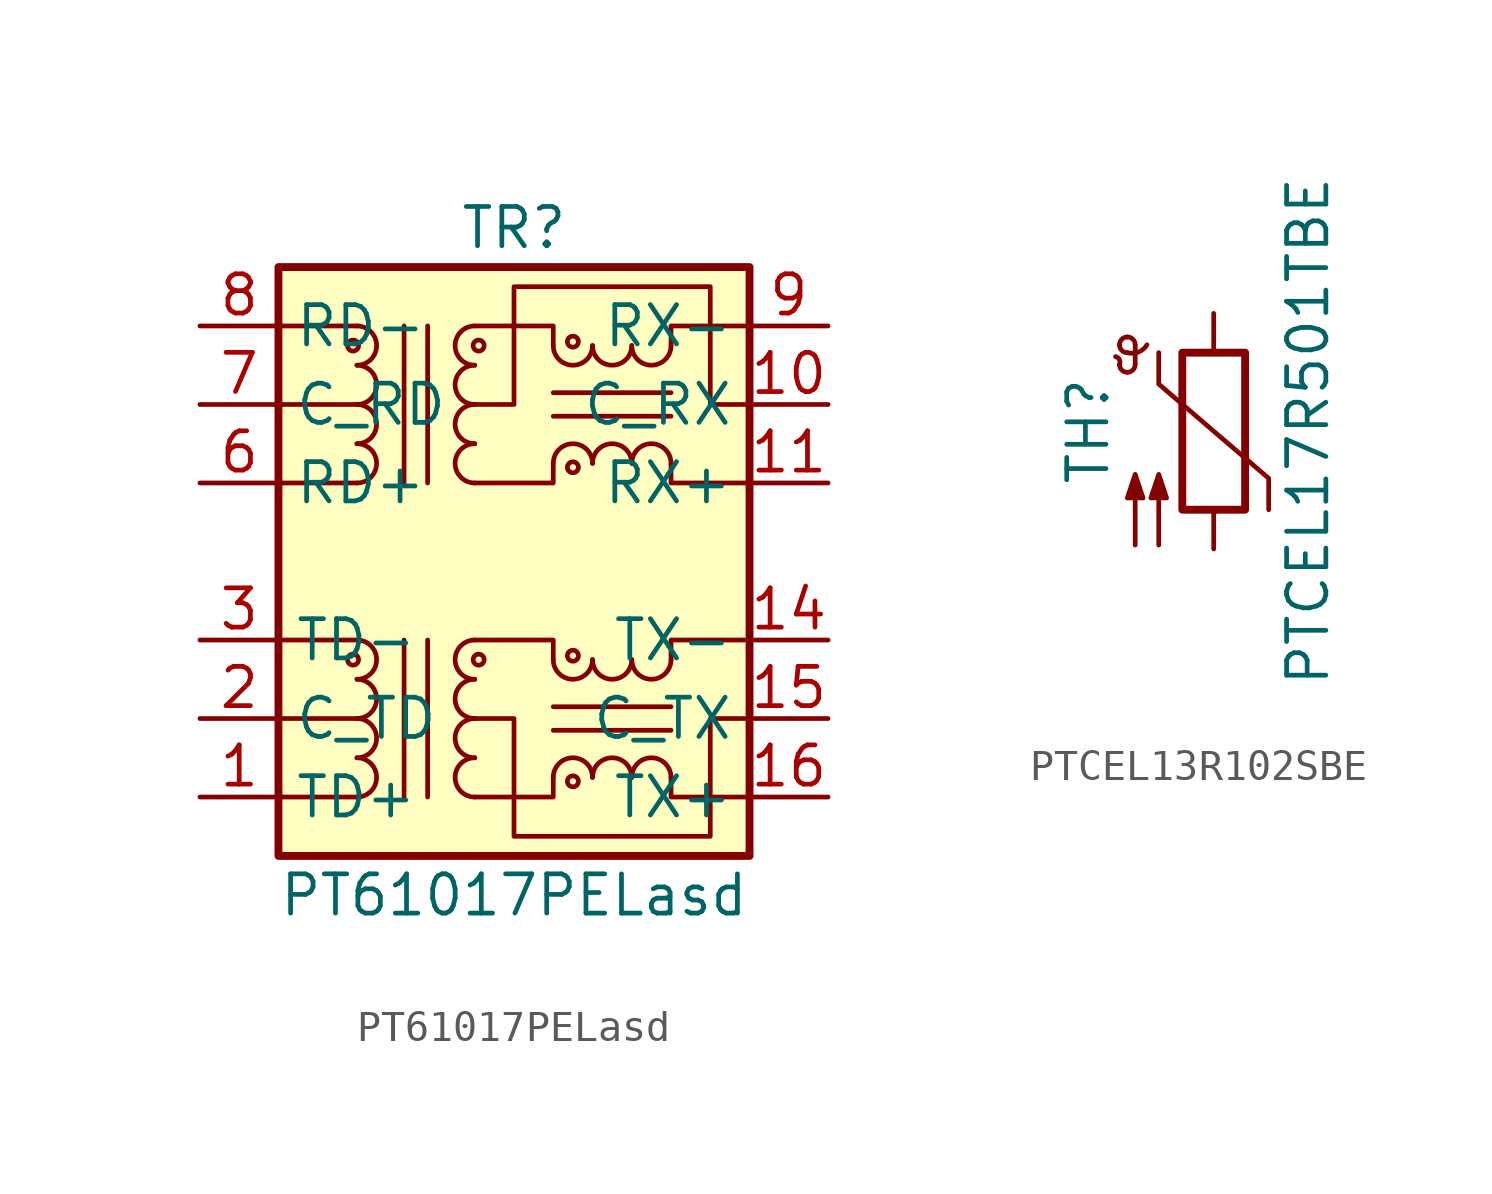
<source format=kicad_sym>
(kicad_symbol_lib
  (version 20231120)
  (generator "kicad_symbol_editor")
  (generator_version "8.0")
  (symbol "PT61017PELasd"
    (property "Reference" "TR"
      (at 0 10.795 0)
      (effects (font (size 1.27 1.27))))
    (property "Value" "PT61017PELasd"
      (at 0 -10.795 0)
      (effects (font (size 1.27 1.27))))
    (symbol "PT61017PELasd_0_1"
      (rectangle (start -7.62 9.525) (end 7.62 -9.525) (stroke (width 0.254) (type default)) (fill (type background)))
      (circle (center -5.207 6.985) (radius 0.178) (stroke (width 0) (type default)) (fill (type none)))
      (arc (start -5.08 6.35) (mid -4.4477 6.985) (end -5.08 7.62) (stroke (width 0) (type default)) (fill (type none)))
      (polyline (pts (xy -5.08 2.54) (xy -7.62 2.54)) (stroke (width 0) (type default)) (fill (type none)))
      (polyline (pts (xy -5.08 5.08) (xy -7.62 5.08)) (stroke (width 0) (type default)) (fill (type none)))
      (polyline (pts (xy -5.08 7.62) (xy -7.62 7.62)) (stroke (width 0) (type default)) (fill (type none)))
      (polyline (pts (xy -3.556 -2.54) (xy -3.556 -7.62)) (stroke (width 0) (type default)) (fill (type none)))
      (polyline (pts (xy -3.556 2.54) (xy -3.556 7.62)) (stroke (width 0) (type default)) (fill (type none)))
      (polyline (pts (xy -2.794 -7.62) (xy -2.794 -2.54)) (stroke (width 0) (type default)) (fill (type none)))
      (polyline (pts (xy -2.794 7.62) (xy -2.794 2.54)) (stroke (width 0) (type default)) (fill (type none)))
      (polyline (pts (xy 1.27 4.699) (xy 5.08 4.699)) (stroke (width 0) (type default)) (fill (type none)))
      (polyline (pts (xy 1.27 5.461) (xy 5.08 5.461)) (stroke (width 0) (type default)) (fill (type none)))
      (polyline (pts (xy -1.27 2.54) (xy 1.27 2.54) (xy 1.27 3.175)) (stroke (width 0) (type default)) (fill (type none)))
      (polyline (pts (xy 1.27 6.985) (xy 1.27 7.62) (xy -1.27 7.62)) (stroke (width 0) (type default)) (fill (type none)))
      (polyline (pts (xy 5.08 3.175) (xy 5.08 2.54) (xy 7.62 2.54)) (stroke (width 0) (type default)) (fill (type none)))
      (polyline (pts (xy 5.08 6.985) (xy 5.08 7.62) (xy 7.62 7.62)) (stroke (width 0) (type default)) (fill (type none)))
      (polyline (pts (xy -1.27 5.08) (xy 0 5.08) (xy 0 8.89) (xy 6.35 8.89) (xy 6.35 5.08) (xy 7.62 5.08)) (stroke (width 0) (type default)) (fill (type none))))
    (symbol "PT61017PELasd_1_1"
      (circle (center -5.207 -3.175) (radius 0.178) (stroke (width 0) (type default)) (fill (type none)))
      (arc (start -5.08 -7.62) (mid -4.4477 -6.985) (end -5.08 -6.35) (stroke (width 0) (type default)) (fill (type none)))
      (arc (start -5.08 -6.35) (mid -4.4477 -5.715) (end -5.08 -5.08) (stroke (width 0) (type default)) (fill (type none)))
      (arc (start -5.08 -5.08) (mid -4.4477 -4.445) (end -5.08 -3.81) (stroke (width 0) (type default)) (fill (type none)))
      (arc (start -5.08 -3.81) (mid -4.4477 -3.175) (end -5.08 -2.54) (stroke (width 0) (type default)) (fill (type none)))
      (arc (start -5.08 2.54) (mid -4.4477 3.175) (end -5.08 3.81) (stroke (width 0) (type default)) (fill (type none)))
      (arc (start -5.08 3.81) (mid -4.4477 4.445) (end -5.08 5.08) (stroke (width 0) (type default)) (fill (type none)))
      (arc (start -5.08 5.08) (mid -4.4477 5.715) (end -5.08 6.35) (stroke (width 0) (type default)) (fill (type none)))
      (arc (start -1.27 -6.35) (mid -1.9023 -6.985) (end -1.27 -7.62) (stroke (width 0) (type default)) (fill (type none)))
      (arc (start -1.27 -5.08) (mid -1.9023 -5.715) (end -1.27 -6.35) (stroke (width 0) (type default)) (fill (type none)))
      (arc (start -1.27 -3.81) (mid -1.9023 -4.445) (end -1.27 -5.08) (stroke (width 0) (type default)) (fill (type none)))
      (arc (start -1.27 -2.54) (mid -1.9023 -3.175) (end -1.27 -3.81) (stroke (width 0) (type default)) (fill (type none)))
      (arc (start -1.27 3.81) (mid -1.9023 3.175) (end -1.27 2.54) (stroke (width 0) (type default)) (fill (type none)))
      (arc (start -1.27 5.08) (mid -1.9023 4.445) (end -1.27 3.81) (stroke (width 0) (type default)) (fill (type none)))
      (arc (start -1.27 6.35) (mid -1.9023 5.715) (end -1.27 5.08) (stroke (width 0) (type default)) (fill (type none)))
      (arc (start -1.27 7.62) (mid -1.9023 6.985) (end -1.27 6.35) (stroke (width 0) (type default)) (fill (type none)))
      (circle (center -1.143 -3.175) (radius 0.178) (stroke (width 0) (type default)) (fill (type none)))
      (circle (center -1.143 6.985) (radius 0.178) (stroke (width 0) (type default)) (fill (type none)))
      (polyline (pts (xy -5.08 -7.62) (xy -7.62 -7.62)) (stroke (width 0) (type default)) (fill (type none)))
      (polyline (pts (xy -5.08 -5.08) (xy -7.62 -5.08)) (stroke (width 0) (type default)) (fill (type none)))
      (polyline (pts (xy -5.08 -2.54) (xy -7.62 -2.54)) (stroke (width 0) (type default)) (fill (type none)))
      (polyline (pts (xy 1.27 -5.461) (xy 5.08 -5.461)) (stroke (width 0) (type default)) (fill (type none)))
      (polyline (pts (xy 1.27 -4.699) (xy 5.08 -4.699)) (stroke (width 0) (type default)) (fill (type none)))
      (polyline (pts (xy -1.27 -7.62) (xy 1.27 -7.62) (xy 1.27 -6.985)) (stroke (width 0) (type default)) (fill (type none)))
      (polyline (pts (xy 1.27 -3.175) (xy 1.27 -2.54) (xy -1.27 -2.54)) (stroke (width 0) (type default)) (fill (type none)))
      (polyline (pts (xy 5.08 -6.985) (xy 5.08 -7.62) (xy 7.62 -7.62)) (stroke (width 0) (type default)) (fill (type none)))
      (polyline (pts (xy 5.08 -3.175) (xy 5.08 -2.54) (xy 7.62 -2.54)) (stroke (width 0) (type default)) (fill (type none)))
      (polyline (pts (xy 7.62 -5.08) (xy 6.35 -5.08) (xy 6.35 -8.89) (xy 0 -8.89) (xy 0 -5.08) (xy -1.27 -5.08)) (stroke (width 0) (type default)) (fill (type none)))
      (arc (start 1.27 -3.175) (mid 1.905 -3.8073) (end 2.54 -3.175) (stroke (width 0) (type default)) (fill (type none)))
      (arc (start 1.27 6.985) (mid 1.905 6.3527) (end 2.54 6.985) (stroke (width 0) (type default)) (fill (type none)))
      (circle (center 1.905 -7.112) (radius 0.178) (stroke (width 0) (type default)) (fill (type none)))
      (circle (center 1.905 -3.048) (radius 0.178) (stroke (width 0) (type default)) (fill (type none)))
      (circle (center 1.905 3.048) (radius 0.178) (stroke (width 0) (type default)) (fill (type none)))
      (circle (center 1.905 7.112) (radius 0.178) (stroke (width 0) (type default)) (fill (type none)))
      (arc (start 2.54 -6.985) (mid 1.905 -6.3527) (end 1.27 -6.985) (stroke (width 0) (type default)) (fill (type none)))
      (arc (start 2.54 -3.175) (mid 3.175 -3.8073) (end 3.81 -3.175) (stroke (width 0) (type default)) (fill (type none)))
      (arc (start 2.54 3.175) (mid 1.905 3.8073) (end 1.27 3.175) (stroke (width 0) (type default)) (fill (type none)))
      (arc (start 2.54 6.985) (mid 3.175 6.3527) (end 3.81 6.985) (stroke (width 0) (type default)) (fill (type none)))
      (arc (start 3.81 -6.985) (mid 3.175 -6.3527) (end 2.54 -6.985) (stroke (width 0) (type default)) (fill (type none)))
      (arc (start 3.81 -3.175) (mid 4.445 -3.8073) (end 5.08 -3.175) (stroke (width 0) (type default)) (fill (type none)))
      (arc (start 3.81 3.175) (mid 3.175 3.8073) (end 2.54 3.175) (stroke (width 0) (type default)) (fill (type none)))
      (arc (start 3.81 6.985) (mid 4.445 6.3527) (end 5.08 6.985) (stroke (width 0) (type default)) (fill (type none)))
      (arc (start 5.08 -6.985) (mid 4.445 -6.3527) (end 3.81 -6.985) (stroke (width 0) (type default)) (fill (type none)))
      (arc (start 5.08 3.175) (mid 4.445 3.8073) (end 3.81 3.175) (stroke (width 0) (type default)) (fill (type none)))
      (pin passive line (at -10.16 -7.62 0) (length 2.54) (name "TD+" (effects (font (size 1.27 1.27)))) (number "1" (effects (font (size 1.27 1.27)))))
      (pin passive line (at 10.16 5.08 180) (length 2.54) (name "C_RX" (effects (font (size 1.27 1.27)))) (number "10" (effects (font (size 1.27 1.27)))))
      (pin passive line (at 10.16 2.54 180) (length 2.54) (name "RX+" (effects (font (size 1.27 1.27)))) (number "11" (effects (font (size 1.27 1.27)))))
      (pin passive line (at 10.16 -2.54 180) (length 2.54) (name "TX-" (effects (font (size 1.27 1.27)))) (number "14" (effects (font (size 1.27 1.27)))))
      (pin passive line (at 10.16 -5.08 180) (length 2.54) (name "C_TX" (effects (font (size 1.27 1.27)))) (number "15" (effects (font (size 1.27 1.27)))))
      (pin passive line (at 10.16 -7.62 180) (length 2.54) (name "TX+" (effects (font (size 1.27 1.27)))) (number "16" (effects (font (size 1.27 1.27)))))
      (pin passive line (at -10.16 -5.08 0) (length 2.54) (name "C_TD" (effects (font (size 1.27 1.27)))) (number "2" (effects (font (size 1.27 1.27)))))
      (pin passive line (at -10.16 -2.54 0) (length 2.54) (name "TD-" (effects (font (size 1.27 1.27)))) (number "3" (effects (font (size 1.27 1.27)))))
      (pin passive line (at -10.16 2.54 0) (length 2.54) (name "RD+" (effects (font (size 1.27 1.27)))) (number "6" (effects (font (size 1.27 1.27)))))
      (pin passive line (at -10.16 5.08 0) (length 2.54) (name "C_RD" (effects (font (size 1.27 1.27)))) (number "7" (effects (font (size 1.27 1.27)))))
      (pin passive line (at -10.16 7.62 0) (length 2.54) (name "RD-" (effects (font (size 1.27 1.27)))) (number "8" (effects (font (size 1.27 1.27)))))
      (pin passive line (at 10.16 7.62 180) (length 2.54) (name "RX-" (effects (font (size 1.27 1.27)))) (number "9" (effects (font (size 1.27 1.27)))))))
  (symbol "PTCEL13R102SBE"
    (pin_numbers hide)
    (pin_names
      (offset 0))
    (property "Reference" "TH"
      (at -4.064 0 90)
      (effects (font (size 1.27 1.27))))
    (property "Value" "PTCEL17R501TBE"
      (at 3.048 0 90)
      (effects (font (size 1.27 1.27))))
    (symbol "PTCEL13R102SBE_0_1"
      (arc (start -3.048 2.159) (mid -3.0495 2.3143) (end -3.175 2.413) (stroke (width 0) (type default)) (fill (type none)))
      (arc (start -3.048 2.159) (mid -2.9736 1.9794) (end -2.794 1.905) (stroke (width 0) (type default)) (fill (type none)))
      (arc (start -3.048 2.794) (mid -2.9736 2.6144) (end -2.794 2.54) (stroke (width 0) (type default)) (fill (type none)))
      (arc (start -2.794 1.905) (mid -2.6144 1.9794) (end -2.54 2.159) (stroke (width 0) (type default)) (fill (type none)))
      (arc (start -2.794 2.54) (mid -2.4393 2.5587) (end -2.159 2.794) (stroke (width 0) (type default)) (fill (type none)))
      (arc (start -2.794 3.048) (mid -2.9736 2.9736) (end -3.048 2.794) (stroke (width 0) (type default)) (fill (type none)))
      (arc (start -2.54 2.794) (mid -2.6144 2.9736) (end -2.794 3.048) (stroke (width 0) (type default)) (fill (type none)))
      (rectangle (start -1.016 2.54) (end 1.016 -2.54) (stroke (width 0.254) (type default)) (fill (type none)))
      (polyline (pts (xy -2.54 2.159) (xy -2.54 2.794)) (stroke (width 0) (type default)) (fill (type none)))
      (polyline (pts (xy -1.778 2.54) (xy -1.778 1.524) (xy 1.778 -1.524) (xy 1.778 -2.54)) (stroke (width 0) (type default)) (fill (type none)))
      (polyline (pts (xy -2.54 -3.683) (xy -2.54 -1.397) (xy -2.794 -2.159) (xy -2.286 -2.159) (xy -2.54 -1.397) (xy -2.54 -1.651)) (stroke (width 0) (type default)) (fill (type outline)))
      (polyline (pts (xy -1.778 -3.683) (xy -1.778 -1.397) (xy -2.032 -2.159) (xy -1.524 -2.159) (xy -1.778 -1.397) (xy -1.778 -1.651)) (stroke (width 0) (type default)) (fill (type outline))))
    (symbol "PTCEL13R102SBE_1_1"
      (pin passive line (at 0 3.81 270) (length 1.27) (name "~" (effects (font (size 1.27 1.27)))) (number "1" (effects (font (size 1.27 1.27)))))
      (pin passive line (at 0 -3.81 90) (length 1.27) (name "~" (effects (font (size 1.27 1.27)))) (number "2" (effects (font (size 1.27 1.27))))))))
</source>
